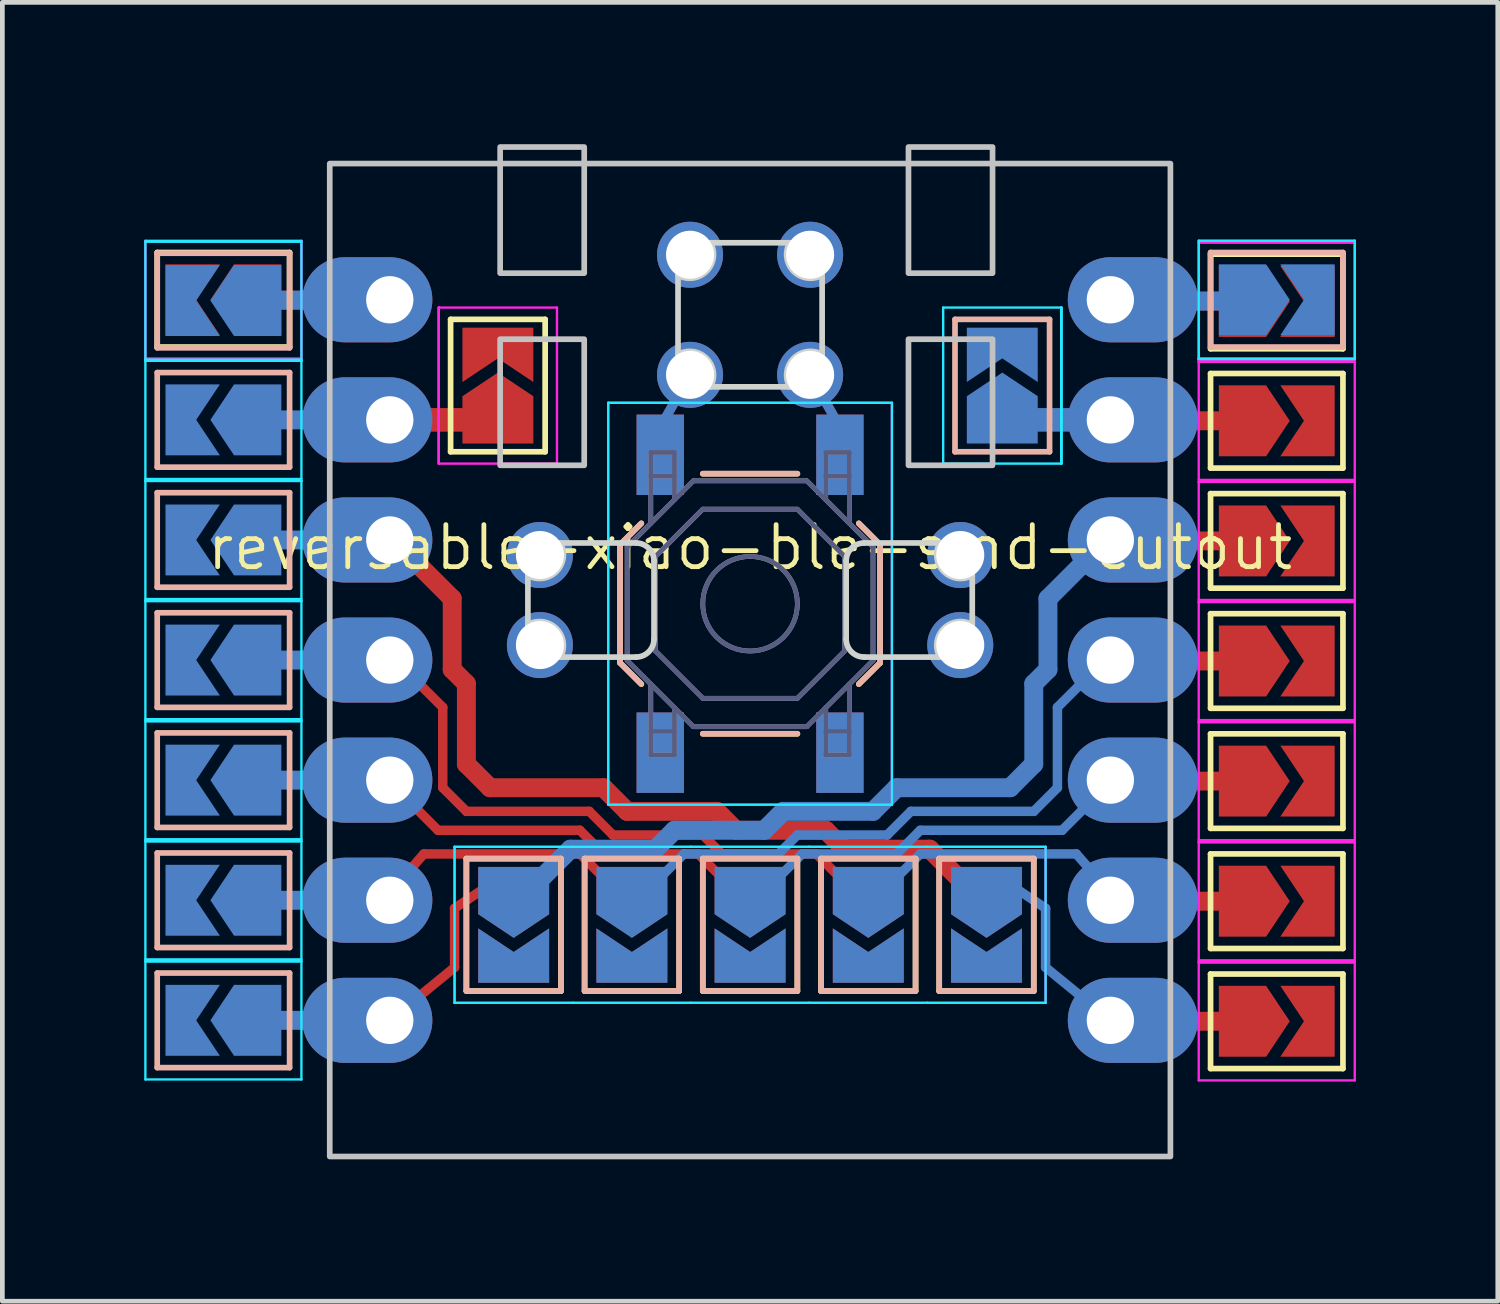
<source format=kicad_pcb>
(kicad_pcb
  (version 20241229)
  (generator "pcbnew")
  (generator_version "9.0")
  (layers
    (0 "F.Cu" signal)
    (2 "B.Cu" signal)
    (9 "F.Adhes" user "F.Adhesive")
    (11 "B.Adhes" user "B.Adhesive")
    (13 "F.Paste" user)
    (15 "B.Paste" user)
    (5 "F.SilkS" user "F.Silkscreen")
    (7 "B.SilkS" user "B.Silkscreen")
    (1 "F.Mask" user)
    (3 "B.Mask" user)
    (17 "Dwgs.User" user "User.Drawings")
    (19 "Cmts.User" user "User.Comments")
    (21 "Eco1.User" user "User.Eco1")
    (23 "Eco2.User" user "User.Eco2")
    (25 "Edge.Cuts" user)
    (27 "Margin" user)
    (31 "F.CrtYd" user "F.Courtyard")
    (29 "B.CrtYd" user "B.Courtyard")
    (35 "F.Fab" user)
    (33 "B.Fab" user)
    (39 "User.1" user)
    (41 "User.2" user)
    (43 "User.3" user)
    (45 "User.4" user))
  (footprint "reversable-xiao-ble-smd-cutout"
    (layer "F.Cu")
    (at 12.814 10.91)
    (property "Reference" "reversable-xiao-ble-smd-cutout" (at 0 -2.381 0) (layer "F.SilkS") (effects (font (size 0.889 0.889) (thickness 0.102))))
    (attr smd exclude_from_pos_files)
    (fp_line (start -8.89 -7.604) (end -10.414 -7.62) (stroke (width 0.4) (type default)) (layer "F.Cu"))
    (fp_line (start -7.62 -5.08) (end -5.334 -5.08) (stroke (width 0.5) (type default)) (layer "F.Cu"))
    (fp_line (start -7.62 7.62) (end -6.25 6.5) (stroke (width 0.2) (type default)) (layer "F.Cu"))
    (fp_line (start -7.35 2.85) (end -6.6 3.6) (stroke (width 0.2) (type default)) (layer "F.Cu"))
    (fp_line (start -7.25 -2.25) (end -6.3 -1.3) (stroke (width 0.4) (type default)) (layer "F.Cu"))
    (fp_line (start -7.25 0.25) (end -6.5 1) (stroke (width 0.2) (type default)) (layer "F.Cu"))
    (fp_line (start -6.9 4.1) (end -7.25 4.5) (stroke (width 0.2) (type default)) (layer "F.Cu"))
    (fp_line (start -6.9 4.1) (end -3.6 4.1) (stroke (width 0.2) (type default)) (layer "F.Cu"))
    (fp_line (start -6.6 3.6) (end -3.6 3.6) (stroke (width 0.2) (type default)) (layer "F.Cu"))
    (fp_line (start -6.5 1) (end -6.5 2.7) (stroke (width 0.2) (type default)) (layer "F.Cu"))
    (fp_line (start -6.5 2.7) (end -6 3.2) (stroke (width 0.2) (type default)) (layer "F.Cu"))
    (fp_line (start -6.3 -1.3) (end -6.3 0.2) (stroke (width 0.4) (type default)) (layer "F.Cu"))
    (fp_line (start -6.3 0.2) (end -6 0.5) (stroke (width 0.4) (type default)) (layer "F.Cu"))
    (fp_line (start -6.25 5.25) (end -5.5 4.75) (stroke (width 0.2) (type default)) (layer "F.Cu"))
    (fp_line (start -6.25 6.5) (end -6.25 5.25) (stroke (width 0.2) (type default)) (layer "F.Cu"))
    (fp_line (start -6 0.5) (end -6 2.2) (stroke (width 0.4) (type default)) (layer "F.Cu"))
    (fp_line (start -6 2.2) (end -5.5 2.7) (stroke (width 0.4) (type default)) (layer "F.Cu"))
    (fp_line (start -6 3.2) (end -3.4 3.2) (stroke (width 0.2) (type default)) (layer "F.Cu"))
    (fp_line (start -5.5 2.7) (end -3.1 2.7) (stroke (width 0.4) (type default)) (layer "F.Cu"))
    (fp_line (start -3.6 3.6) (end -3.1 4.1) (stroke (width 0.2) (type default)) (layer "F.Cu"))
    (fp_line (start -3.6 4.1) (end -2.85 4.85) (stroke (width 0.2) (type default)) (layer "F.Cu"))
    (fp_line (start -3.4 3.2) (end -2.9 3.7) (stroke (width 0.2) (type default)) (layer "F.Cu"))
    (fp_line (start -3.1 2.7) (end -2.6 3.2) (stroke (width 0.4) (type default)) (layer "F.Cu"))
    (fp_line (start -3.1 4.1) (end -1.1 4.1) (stroke (width 0.2) (type default)) (layer "F.Cu"))
    (fp_line (start -2.9 3.7) (end -1 3.7) (stroke (width 0.2) (type default)) (layer "F.Cu"))
    (fp_line (start -2.6 3.2) (end -0.7 3.2) (stroke (width 0.4) (type default)) (layer "F.Cu"))
    (fp_line (start -2 -4.75) (end -1.27 -6.032) (stroke (width 0.2) (type default)) (layer "F.Cu"))
    (fp_line (start -1.1 4.1) (end -0.35 4.85) (stroke (width 0.2) (type default)) (layer "F.Cu"))
    (fp_line (start -1 3.7) (end -0.6 4.1) (stroke (width 0.2) (type default)) (layer "F.Cu"))
    (fp_line (start -0.7 3.2) (end -0.3 3.6) (stroke (width 0.4) (type default)) (layer "F.Cu"))
    (fp_line (start -0.6 4.1) (end 1.4 4.1) (stroke (width 0.2) (type default)) (layer "F.Cu"))
    (fp_line (start -0.3 3.6) (end 1.6 3.6) (stroke (width 0.4) (type default)) (layer "F.Cu"))
    (fp_line (start 1.4 4.1) (end 2.15 4.85) (stroke (width 0.2) (type default)) (layer "F.Cu"))
    (fp_line (start 1.6 3.6) (end 2 4) (stroke (width 0.4) (type default)) (layer "F.Cu"))
    (fp_line (start 2 -4.75) (end 1.27 -6.032) (stroke (width 0.2) (type default)) (layer "F.Cu"))
    (fp_line (start 2 4) (end 3.8 4) (stroke (width 0.4) (type default)) (layer "F.Cu"))
    (fp_line (start 3.8 4) (end 4.65 4.85) (stroke (width 0.4) (type default)) (layer "F.Cu"))
    (fp_line (start 10.414 -7.584) (end 8.89 -7.6) (stroke (width 0.4) (type default)) (layer "F.Cu"))
    (fp_line (start 10.414 -5.06) (end 8.89 -5.06) (stroke (width 0.4) (type default)) (layer "F.Cu"))
    (fp_line (start 10.414 -2.52) (end 8.89 -2.52) (stroke (width 0.4) (type default)) (layer "F.Cu"))
    (fp_line (start 10.414 0.02) (end 8.89 0.02) (stroke (width 0.4) (type default)) (layer "F.Cu"))
    (fp_line (start 10.414 2.56) (end 8.89 2.56) (stroke (width 0.4) (type default)) (layer "F.Cu"))
    (fp_line (start 10.414 5.1) (end 8.89 5.1) (stroke (width 0.4) (type default)) (layer "F.Cu"))
    (fp_line (start 10.414 7.64) (end 8.89 7.64) (stroke (width 0.4) (type default)) (layer "F.Cu"))
    (fp_line (start -10.414 -7.604) (end -8.89 -7.62) (stroke (width 0.4) (type default)) (layer "B.Cu"))
    (fp_line (start -10.414 -5.08) (end -8.89 -5.08) (stroke (width 0.4) (type default)) (layer "B.Cu"))
    (fp_line (start -10.414 -2.54) (end -8.89 -2.54) (stroke (width 0.4) (type default)) (layer "B.Cu"))
    (fp_line (start -10.414 0) (end -8.89 0) (stroke (width 0.4) (type default)) (layer "B.Cu"))
    (fp_line (start -10.414 2.54) (end -8.89 2.54) (stroke (width 0.4) (type default)) (layer "B.Cu"))
    (fp_line (start -10.414 5.08) (end -8.89 5.08) (stroke (width 0.4) (type default)) (layer "B.Cu"))
    (fp_line (start -10.414 7.62) (end -8.89 7.62) (stroke (width 0.4) (type default)) (layer "B.Cu"))
    (fp_line (start -3.8 4) (end -4.65 4.85) (stroke (width 0.4) (type default)) (layer "B.Cu"))
    (fp_line (start -2 -4.75) (end -1.27 -6.032) (stroke (width 0.2) (type default)) (layer "B.Cu"))
    (fp_line (start -2 4) (end -3.8 4) (stroke (width 0.4) (type default)) (layer "B.Cu"))
    (fp_line (start -1.6 3.6) (end -2 4) (stroke (width 0.4) (type default)) (layer "B.Cu"))
    (fp_line (start -1.4 4.1) (end -2.15 4.85) (stroke (width 0.2) (type default)) (layer "B.Cu"))
    (fp_line (start 0.3 3.6) (end -1.6 3.6) (stroke (width 0.4) (type default)) (layer "B.Cu"))
    (fp_line (start 0.6 4.1) (end -1.4 4.1) (stroke (width 0.2) (type default)) (layer "B.Cu"))
    (fp_line (start 0.7 3.2) (end 0.3 3.6) (stroke (width 0.4) (type default)) (layer "B.Cu"))
    (fp_line (start 1 3.7) (end 0.6 4.1) (stroke (width 0.2) (type default)) (layer "B.Cu"))
    (fp_line (start 1.1 4.1) (end 0.35 4.85) (stroke (width 0.2) (type default)) (layer "B.Cu"))
    (fp_line (start 2 -4.75) (end 1.27 -6.032) (stroke (width 0.2) (type default)) (layer "B.Cu"))
    (fp_line (start 2.6 3.2) (end 0.7 3.2) (stroke (width 0.4) (type default)) (layer "B.Cu"))
    (fp_line (start 2.9 3.7) (end 1 3.7) (stroke (width 0.2) (type default)) (layer "B.Cu"))
    (fp_line (start 3.1 2.7) (end 2.6 3.2) (stroke (width 0.4) (type default)) (layer "B.Cu"))
    (fp_line (start 3.1 4.1) (end 1.1 4.1) (stroke (width 0.2) (type default)) (layer "B.Cu"))
    (fp_line (start 3.4 3.2) (end 2.9 3.7) (stroke (width 0.2) (type default)) (layer "B.Cu"))
    (fp_line (start 3.6 3.6) (end 3.1 4.1) (stroke (width 0.2) (type default)) (layer "B.Cu"))
    (fp_line (start 3.6 4.1) (end 2.85 4.85) (stroke (width 0.2) (type default)) (layer "B.Cu"))
    (fp_line (start 5.334 -5.08) (end 7.62 -5.08) (stroke (width 0.5) (type default)) (layer "B.Cu"))
    (fp_line (start 5.5 2.7) (end 3.1 2.7) (stroke (width 0.4) (type default)) (layer "B.Cu"))
    (fp_line (start 6 0.5) (end 6 2.2) (stroke (width 0.4) (type default)) (layer "B.Cu"))
    (fp_line (start 6 2.2) (end 5.5 2.7) (stroke (width 0.4) (type default)) (layer "B.Cu"))
    (fp_line (start 6 3.2) (end 3.4 3.2) (stroke (width 0.2) (type default)) (layer "B.Cu"))
    (fp_line (start 6.25 5.25) (end 5.5 4.75) (stroke (width 0.2) (type default)) (layer "B.Cu"))
    (fp_line (start 6.25 6.5) (end 6.25 5.25) (stroke (width 0.2) (type default)) (layer "B.Cu"))
    (fp_line (start 6.3 -1.3) (end 6.3 0.2) (stroke (width 0.4) (type default)) (layer "B.Cu"))
    (fp_line (start 6.3 0.2) (end 6 0.5) (stroke (width 0.4) (type default)) (layer "B.Cu"))
    (fp_line (start 6.5 1) (end 6.5 2.7) (stroke (width 0.2) (type default)) (layer "B.Cu"))
    (fp_line (start 6.5 2.7) (end 6 3.2) (stroke (width 0.2) (type default)) (layer "B.Cu"))
    (fp_line (start 6.6 3.6) (end 3.6 3.6) (stroke (width 0.2) (type default)) (layer "B.Cu"))
    (fp_line (start 6.9 4.1) (end 3.6 4.1) (stroke (width 0.2) (type default)) (layer "B.Cu"))
    (fp_line (start 6.9 4.1) (end 7.25 4.5) (stroke (width 0.2) (type default)) (layer "B.Cu"))
    (fp_line (start 7.25 -2.25) (end 6.3 -1.3) (stroke (width 0.4) (type default)) (layer "B.Cu"))
    (fp_line (start 7.25 0.25) (end 6.5 1) (stroke (width 0.2) (type default)) (layer "B.Cu"))
    (fp_line (start 7.35 2.85) (end 6.6 3.6) (stroke (width 0.2) (type default)) (layer "B.Cu"))
    (fp_line (start 7.62 7.62) (end 6.25 6.5) (stroke (width 0.2) (type default)) (layer "B.Cu"))
    (fp_line (start 8.89 -7.584) (end 10.414 -7.6) (stroke (width 0.4) (type default)) (layer "B.Cu"))
    (fp_line (start -12.539 -8.62) (end -9.739 -8.62) (stroke (width 0.12) (type solid)) (layer "F.SilkS"))
    (fp_line (start -12.539 -6.62) (end -12.539 -8.62) (stroke (width 0.12) (type solid)) (layer "F.SilkS"))
    (fp_line (start -9.739 -8.62) (end -9.739 -6.62) (stroke (width 0.12) (type solid)) (layer "F.SilkS"))
    (fp_line (start -9.739 -6.62) (end -12.539 -6.62) (stroke (width 0.12) (type solid)) (layer "F.SilkS"))
    (fp_line (start -6.334 -7.205) (end -4.334 -7.205) (stroke (width 0.12) (type solid)) (layer "F.SilkS"))
    (fp_line (start -6.334 -4.405) (end -6.334 -7.205) (stroke (width 0.12) (type solid)) (layer "F.SilkS"))
    (fp_line (start -6 4.2) (end -4 4.2) (stroke (width 0.12) (type solid)) (layer "F.SilkS"))
    (fp_line (start -6 7) (end -6 4.2) (stroke (width 0.12) (type solid)) (layer "F.SilkS"))
    (fp_line (start -4.334 -7.205) (end -4.334 -4.405) (stroke (width 0.12) (type solid)) (layer "F.SilkS"))
    (fp_line (start -4.334 -4.405) (end -6.334 -4.405) (stroke (width 0.12) (type solid)) (layer "F.SilkS"))
    (fp_line (start -4 4.2) (end -4 7) (stroke (width 0.12) (type solid)) (layer "F.SilkS"))
    (fp_line (start -4 7) (end -6 7) (stroke (width 0.12) (type solid)) (layer "F.SilkS"))
    (fp_line (start -3.5 4.2) (end -1.5 4.2) (stroke (width 0.12) (type solid)) (layer "F.SilkS"))
    (fp_line (start -3.5 7) (end -3.5 4.2) (stroke (width 0.12) (type solid)) (layer "F.SilkS"))
    (fp_line (start -2.75 0.059) (end -2.75 -2.441) (stroke (width 0.12) (type solid)) (layer "F.SilkS"))
    (fp_line (start -2.3 -2.891) (end -2.75 -2.441) (stroke (width 0.12) (type solid)) (layer "F.SilkS"))
    (fp_line (start -2.3 0.509) (end -2.75 0.059) (stroke (width 0.12) (type solid)) (layer "F.SilkS"))
    (fp_line (start -1.5 4.2) (end -1.5 7) (stroke (width 0.12) (type solid)) (layer "F.SilkS"))
    (fp_line (start -1.5 7) (end -3.5 7) (stroke (width 0.12) (type solid)) (layer "F.SilkS"))
    (fp_line (start -1 -3.941) (end 1 -3.941) (stroke (width 0.12) (type solid)) (layer "F.SilkS"))
    (fp_line (start -1 1.559) (end 1 1.559) (stroke (width 0.12) (type solid)) (layer "F.SilkS"))
    (fp_line (start -1 4.2) (end 1 4.2) (stroke (width 0.12) (type solid)) (layer "F.SilkS"))
    (fp_line (start -1 7) (end -1 4.2) (stroke (width 0.12) (type solid)) (layer "F.SilkS"))
    (fp_line (start 1 4.2) (end 1 7) (stroke (width 0.12) (type solid)) (layer "F.SilkS"))
    (fp_line (start 1 7) (end -1 7) (stroke (width 0.12) (type solid)) (layer "F.SilkS"))
    (fp_line (start 1.5 4.2) (end 3.5 4.2) (stroke (width 0.12) (type solid)) (layer "F.SilkS"))
    (fp_line (start 1.5 7) (end 1.5 4.2) (stroke (width 0.12) (type solid)) (layer "F.SilkS"))
    (fp_line (start 2.3 -2.891) (end 2.75 -2.441) (stroke (width 0.12) (type solid)) (layer "F.SilkS"))
    (fp_line (start 2.3 0.509) (end 2.75 0.059) (stroke (width 0.12) (type solid)) (layer "F.SilkS"))
    (fp_line (start 2.75 0.059) (end 2.75 -2.441) (stroke (width 0.12) (type solid)) (layer "F.SilkS"))
    (fp_line (start 3.5 4.2) (end 3.5 7) (stroke (width 0.12) (type solid)) (layer "F.SilkS"))
    (fp_line (start 3.5 7) (end 1.5 7) (stroke (width 0.12) (type solid)) (layer "F.SilkS"))
    (fp_line (start 4 4.2) (end 6 4.2) (stroke (width 0.12) (type solid)) (layer "F.SilkS"))
    (fp_line (start 4 7) (end 4 4.2) (stroke (width 0.12) (type solid)) (layer "F.SilkS"))
    (fp_line (start 6 4.2) (end 6 7) (stroke (width 0.12) (type solid)) (layer "F.SilkS"))
    (fp_line (start 6 7) (end 4 7) (stroke (width 0.12) (type solid)) (layer "F.SilkS"))
    (fp_line (start 9.739 -8.584) (end 12.539 -8.584) (stroke (width 0.12) (type solid)) (layer "F.SilkS"))
    (fp_line (start 9.739 -6.584) (end 9.739 -8.584) (stroke (width 0.12) (type solid)) (layer "F.SilkS"))
    (fp_line (start 9.739 -6.06) (end 12.539 -6.06) (stroke (width 0.12) (type solid)) (layer "F.SilkS"))
    (fp_line (start 9.739 -4.06) (end 9.739 -6.06) (stroke (width 0.12) (type solid)) (layer "F.SilkS"))
    (fp_line (start 9.739 -3.52) (end 12.539 -3.52) (stroke (width 0.12) (type solid)) (layer "F.SilkS"))
    (fp_line (start 9.739 -1.52) (end 9.739 -3.52) (stroke (width 0.12) (type solid)) (layer "F.SilkS"))
    (fp_line (start 9.739 -0.98) (end 12.539 -0.98) (stroke (width 0.12) (type solid)) (layer "F.SilkS"))
    (fp_line (start 9.739 1.02) (end 9.739 -0.98) (stroke (width 0.12) (type solid)) (layer "F.SilkS"))
    (fp_line (start 9.739 1.56) (end 12.539 1.56) (stroke (width 0.12) (type solid)) (layer "F.SilkS"))
    (fp_line (start 9.739 3.56) (end 9.739 1.56) (stroke (width 0.12) (type solid)) (layer "F.SilkS"))
    (fp_line (start 9.739 4.1) (end 12.539 4.1) (stroke (width 0.12) (type solid)) (layer "F.SilkS"))
    (fp_line (start 9.739 6.1) (end 9.739 4.1) (stroke (width 0.12) (type solid)) (layer "F.SilkS"))
    (fp_line (start 9.739 6.64) (end 12.539 6.64) (stroke (width 0.12) (type solid)) (layer "F.SilkS"))
    (fp_line (start 9.739 8.64) (end 9.739 6.64) (stroke (width 0.12) (type solid)) (layer "F.SilkS"))
    (fp_line (start 12.539 -8.584) (end 12.539 -6.584) (stroke (width 0.12) (type solid)) (layer "F.SilkS"))
    (fp_line (start 12.539 -6.584) (end 9.739 -6.584) (stroke (width 0.12) (type solid)) (layer "F.SilkS"))
    (fp_line (start 12.539 -6.06) (end 12.539 -4.06) (stroke (width 0.12) (type solid)) (layer "F.SilkS"))
    (fp_line (start 12.539 -4.06) (end 9.739 -4.06) (stroke (width 0.12) (type solid)) (layer "F.SilkS"))
    (fp_line (start 12.539 -3.52) (end 12.539 -1.52) (stroke (width 0.12) (type solid)) (layer "F.SilkS"))
    (fp_line (start 12.539 -1.52) (end 9.739 -1.52) (stroke (width 0.12) (type solid)) (layer "F.SilkS"))
    (fp_line (start 12.539 -0.98) (end 12.539 1.02) (stroke (width 0.12) (type solid)) (layer "F.SilkS"))
    (fp_line (start 12.539 1.02) (end 9.739 1.02) (stroke (width 0.12) (type solid)) (layer "F.SilkS"))
    (fp_line (start 12.539 1.56) (end 12.539 3.56) (stroke (width 0.12) (type solid)) (layer "F.SilkS"))
    (fp_line (start 12.539 3.56) (end 9.739 3.56) (stroke (width 0.12) (type solid)) (layer "F.SilkS"))
    (fp_line (start 12.539 4.1) (end 12.539 6.1) (stroke (width 0.12) (type solid)) (layer "F.SilkS"))
    (fp_line (start 12.539 6.1) (end 9.739 6.1) (stroke (width 0.12) (type solid)) (layer "F.SilkS"))
    (fp_line (start 12.539 6.64) (end 12.539 8.64) (stroke (width 0.12) (type solid)) (layer "F.SilkS"))
    (fp_line (start 12.539 8.64) (end 9.739 8.64) (stroke (width 0.12) (type solid)) (layer "F.SilkS"))
    (fp_line (start -12.539 -8.604) (end -12.539 -6.604) (stroke (width 0.12) (type solid)) (layer "B.SilkS"))
    (fp_line (start -12.539 -6.604) (end -9.739 -6.604) (stroke (width 0.12) (type solid)) (layer "B.SilkS"))
    (fp_line (start -12.539 -6.08) (end -12.539 -4.08) (stroke (width 0.12) (type solid)) (layer "B.SilkS"))
    (fp_line (start -12.539 -4.08) (end -9.739 -4.08) (stroke (width 0.12) (type solid)) (layer "B.SilkS"))
    (fp_line (start -12.539 -3.54) (end -12.539 -1.54) (stroke (width 0.12) (type solid)) (layer "B.SilkS"))
    (fp_line (start -12.539 -1.54) (end -9.739 -1.54) (stroke (width 0.12) (type solid)) (layer "B.SilkS"))
    (fp_line (start -12.539 -1) (end -12.539 1) (stroke (width 0.12) (type solid)) (layer "B.SilkS"))
    (fp_line (start -12.539 1) (end -9.739 1) (stroke (width 0.12) (type solid)) (layer "B.SilkS"))
    (fp_line (start -12.539 1.54) (end -12.539 3.54) (stroke (width 0.12) (type solid)) (layer "B.SilkS"))
    (fp_line (start -12.539 3.54) (end -9.739 3.54) (stroke (width 0.12) (type solid)) (layer "B.SilkS"))
    (fp_line (start -12.539 4.08) (end -12.539 6.08) (stroke (width 0.12) (type solid)) (layer "B.SilkS"))
    (fp_line (start -12.539 6.08) (end -9.739 6.08) (stroke (width 0.12) (type solid)) (layer "B.SilkS"))
    (fp_line (start -12.539 6.62) (end -12.539 8.62) (stroke (width 0.12) (type solid)) (layer "B.SilkS"))
    (fp_line (start -12.539 8.62) (end -9.739 8.62) (stroke (width 0.12) (type solid)) (layer "B.SilkS"))
    (fp_line (start -9.739 -8.604) (end -12.539 -8.604) (stroke (width 0.12) (type solid)) (layer "B.SilkS"))
    (fp_line (start -9.739 -6.604) (end -9.739 -8.604) (stroke (width 0.12) (type solid)) (layer "B.SilkS"))
    (fp_line (start -9.739 -6.08) (end -12.539 -6.08) (stroke (width 0.12) (type solid)) (layer "B.SilkS"))
    (fp_line (start -9.739 -4.08) (end -9.739 -6.08) (stroke (width 0.12) (type solid)) (layer "B.SilkS"))
    (fp_line (start -9.739 -3.54) (end -12.539 -3.54) (stroke (width 0.12) (type solid)) (layer "B.SilkS"))
    (fp_line (start -9.739 -1.54) (end -9.739 -3.54) (stroke (width 0.12) (type solid)) (layer "B.SilkS"))
    (fp_line (start -9.739 -1) (end -12.539 -1) (stroke (width 0.12) (type solid)) (layer "B.SilkS"))
    (fp_line (start -9.739 1) (end -9.739 -1) (stroke (width 0.12) (type solid)) (layer "B.SilkS"))
    (fp_line (start -9.739 1.54) (end -12.539 1.54) (stroke (width 0.12) (type solid)) (layer "B.SilkS"))
    (fp_line (start -9.739 3.54) (end -9.739 1.54) (stroke (width 0.12) (type solid)) (layer "B.SilkS"))
    (fp_line (start -9.739 4.08) (end -12.539 4.08) (stroke (width 0.12) (type solid)) (layer "B.SilkS"))
    (fp_line (start -9.739 6.08) (end -9.739 4.08) (stroke (width 0.12) (type solid)) (layer "B.SilkS"))
    (fp_line (start -9.739 6.62) (end -12.539 6.62) (stroke (width 0.12) (type solid)) (layer "B.SilkS"))
    (fp_line (start -9.739 8.62) (end -9.739 6.62) (stroke (width 0.12) (type solid)) (layer "B.SilkS"))
    (fp_line (start -6 4.2) (end -6 7) (stroke (width 0.12) (type solid)) (layer "B.SilkS"))
    (fp_line (start -6 7) (end -4 7) (stroke (width 0.12) (type solid)) (layer "B.SilkS"))
    (fp_line (start -4 4.2) (end -6 4.2) (stroke (width 0.12) (type solid)) (layer "B.SilkS"))
    (fp_line (start -4 7) (end -4 4.2) (stroke (width 0.12) (type solid)) (layer "B.SilkS"))
    (fp_line (start -3.5 4.2) (end -3.5 7) (stroke (width 0.12) (type solid)) (layer "B.SilkS"))
    (fp_line (start -3.5 7) (end -1.5 7) (stroke (width 0.12) (type solid)) (layer "B.SilkS"))
    (fp_line (start -2.75 0.059) (end -2.75 -2.441) (stroke (width 0.12) (type solid)) (layer "B.SilkS"))
    (fp_line (start -2.3 -2.891) (end -2.75 -2.441) (stroke (width 0.12) (type solid)) (layer "B.SilkS"))
    (fp_line (start -2.3 0.509) (end -2.75 0.059) (stroke (width 0.12) (type solid)) (layer "B.SilkS"))
    (fp_line (start -1.5 4.2) (end -3.5 4.2) (stroke (width 0.12) (type solid)) (layer "B.SilkS"))
    (fp_line (start -1.5 7) (end -1.5 4.2) (stroke (width 0.12) (type solid)) (layer "B.SilkS"))
    (fp_line (start -1 4.2) (end -1 7) (stroke (width 0.12) (type solid)) (layer "B.SilkS"))
    (fp_line (start -1 7) (end 1 7) (stroke (width 0.12) (type solid)) (layer "B.SilkS"))
    (fp_line (start 1 -3.941) (end -1 -3.941) (stroke (width 0.12) (type solid)) (layer "B.SilkS"))
    (fp_line (start 1 1.559) (end -1 1.559) (stroke (width 0.12) (type solid)) (layer "B.SilkS"))
    (fp_line (start 1 4.2) (end -1 4.2) (stroke (width 0.12) (type solid)) (layer "B.SilkS"))
    (fp_line (start 1 7) (end 1 4.2) (stroke (width 0.12) (type solid)) (layer "B.SilkS"))
    (fp_line (start 1.5 4.2) (end 1.5 7) (stroke (width 0.12) (type solid)) (layer "B.SilkS"))
    (fp_line (start 1.5 7) (end 3.5 7) (stroke (width 0.12) (type solid)) (layer "B.SilkS"))
    (fp_line (start 2.3 -2.891) (end 2.75 -2.441) (stroke (width 0.12) (type solid)) (layer "B.SilkS"))
    (fp_line (start 2.3 0.509) (end 2.75 0.059) (stroke (width 0.12) (type solid)) (layer "B.SilkS"))
    (fp_line (start 2.75 0.059) (end 2.75 -2.441) (stroke (width 0.12) (type solid)) (layer "B.SilkS"))
    (fp_line (start 3.5 4.2) (end 1.5 4.2) (stroke (width 0.12) (type solid)) (layer "B.SilkS"))
    (fp_line (start 3.5 7) (end 3.5 4.2) (stroke (width 0.12) (type solid)) (layer "B.SilkS"))
    (fp_line (start 4 4.2) (end 4 7) (stroke (width 0.12) (type solid)) (layer "B.SilkS"))
    (fp_line (start 4 7) (end 6 7) (stroke (width 0.12) (type solid)) (layer "B.SilkS"))
    (fp_line (start 4.334 -7.205) (end 4.334 -4.405) (stroke (width 0.12) (type solid)) (layer "B.SilkS"))
    (fp_line (start 4.334 -4.405) (end 6.334 -4.405) (stroke (width 0.12) (type solid)) (layer "B.SilkS"))
    (fp_line (start 6 4.2) (end 4 4.2) (stroke (width 0.12) (type solid)) (layer "B.SilkS"))
    (fp_line (start 6 7) (end 6 4.2) (stroke (width 0.12) (type solid)) (layer "B.SilkS"))
    (fp_line (start 6.334 -7.205) (end 4.334 -7.205) (stroke (width 0.12) (type solid)) (layer "B.SilkS"))
    (fp_line (start 6.334 -4.405) (end 6.334 -7.205) (stroke (width 0.12) (type solid)) (layer "B.SilkS"))
    (fp_line (start 9.739 -8.62) (end 9.739 -6.62) (stroke (width 0.12) (type solid)) (layer "B.SilkS"))
    (fp_line (start 9.739 -6.62) (end 12.539 -6.62) (stroke (width 0.12) (type solid)) (layer "B.SilkS"))
    (fp_line (start 12.539 -8.62) (end 9.739 -8.62) (stroke (width 0.12) (type solid)) (layer "B.SilkS"))
    (fp_line (start 12.539 -6.62) (end 12.539 -8.62) (stroke (width 0.12) (type solid)) (layer "B.SilkS"))
    (fp_rect (start -8.89 10.5) (end 8.89 -10.5) (stroke (width 0.12) (type solid)) (fill no) (layer "Dwgs.User"))
    (fp_rect (start -5.286 -6.786) (end -3.508 -4.119) (stroke (width 0.12) (type solid)) (fill no) (layer "Dwgs.User"))
    (fp_rect (start -3.508 -8.183) (end -5.286 -10.85) (stroke (width 0.12) (type solid)) (fill no) (layer "Dwgs.User"))
    (fp_rect (start 3.35 -10.85) (end 5.128 -8.183) (stroke (width 0.12) (type solid)) (fill no) (layer "Dwgs.User"))
    (fp_rect (start 3.35 -6.786) (end 5.128 -4.119) (stroke (width 0.12) (type solid)) (fill no) (layer "Dwgs.User"))
    (fp_line (start -4.699 -0.749) (end -4.699 -1.79) (stroke (width 0.12) (type solid)) (layer "Edge.Cuts"))
    (fp_line (start -4.013 -2.476) (end -2.413 -2.476) (stroke (width 0.12) (type solid)) (layer "Edge.Cuts"))
    (fp_line (start -2.413 -0.063) (end -4.013 -0.063) (stroke (width 0.12) (type solid)) (layer "Edge.Cuts"))
    (fp_line (start -2.032 -2.095) (end -2.032 -0.444) (stroke (width 0.12) (type solid)) (layer "Edge.Cuts"))
    (fp_line (start -1.524 -6.464) (end -1.524 -8.14) (stroke (width 0.12) (type solid)) (layer "Edge.Cuts"))
    (fp_line (start -0.838 -8.826) (end 0.838 -8.826) (stroke (width 0.12) (type solid)) (layer "Edge.Cuts"))
    (fp_line (start -0.838 -5.778) (end 0.838 -5.778) (stroke (width 0.12) (type solid)) (layer "Edge.Cuts"))
    (fp_line (start 1.524 -6.464) (end 1.524 -8.14) (stroke (width 0.12) (type solid)) (layer "Edge.Cuts"))
    (fp_line (start 2.032 -2.095) (end 2.032 -0.444) (stroke (width 0.12) (type solid)) (layer "Edge.Cuts"))
    (fp_line (start 2.413 -0.063) (end 4.013 -0.063) (stroke (width 0.12) (type solid)) (layer "Edge.Cuts"))
    (fp_line (start 4.013 -2.476) (end 2.413 -2.476) (stroke (width 0.12) (type solid)) (layer "Edge.Cuts"))
    (fp_line (start 4.699 -0.749) (end 4.699 -1.79) (stroke (width 0.12) (type solid)) (layer "Edge.Cuts"))
    (fp_arc (start -4.699 -0.7488) (mid -4.095391 -0.666609) (end -4.0132 -0.063) (stroke (width 0.12) (type solid)) (layer "Edge.Cuts"))
    (fp_arc (start -4.0132 -2.476) (mid -4.095391 -1.872391) (end -4.699 -1.7902) (stroke (width 0.12) (type solid)) (layer "Edge.Cuts"))
    (fp_arc (start -2.413 -2.476) (mid -2.143592 -2.364408) (end -2.032 -2.095) (stroke (width 0.12) (type solid)) (layer "Edge.Cuts"))
    (fp_arc (start -2.032 -0.444) (mid -2.143592 -0.174592) (end -2.413 -0.063) (stroke (width 0.12) (type solid)) (layer "Edge.Cuts"))
    (fp_arc (start -1.524 -6.4638) (mid -0.920391 -6.381609) (end -0.8382 -5.778) (stroke (width 0.12) (type solid)) (layer "Edge.Cuts"))
    (fp_arc (start -0.8382 -8.826) (mid -0.920391 -8.222391) (end -1.524 -8.1402) (stroke (width 0.12) (type solid)) (layer "Edge.Cuts"))
    (fp_arc (start 0.8382 -5.778) (mid 0.920391 -6.381609) (end 1.524 -6.4638) (stroke (width 0.12) (type solid)) (layer "Edge.Cuts"))
    (fp_arc (start 1.524 -8.1402) (mid 0.920391 -8.222391) (end 0.8382 -8.826) (stroke (width 0.12) (type solid)) (layer "Edge.Cuts"))
    (fp_arc (start 2.032 -2.095) (mid 2.143592 -2.364408) (end 2.413 -2.476) (stroke (width 0.12) (type solid)) (layer "Edge.Cuts"))
    (fp_arc (start 2.413 -0.063) (mid 2.143592 -0.174592) (end 2.032 -0.444) (stroke (width 0.12) (type solid)) (layer "Edge.Cuts"))
    (fp_arc (start 4.0132 -0.063) (mid 4.095391 -0.666609) (end 4.699 -0.7488) (stroke (width 0.12) (type solid)) (layer "Edge.Cuts"))
    (fp_arc (start 4.699 -1.7902) (mid 4.095391 -1.872391) (end 4.0132 -2.476) (stroke (width 0.12) (type solid)) (layer "Edge.Cuts"))
    (fp_line (start -12.789 -8.854) (end -9.489 -8.854) (stroke (width 0.05) (type solid)) (layer "B.CrtYd"))
    (fp_line (start -12.789 -8.854) (end -9.489 -8.854) (stroke (width 0.05) (type solid)) (layer "B.CrtYd"))
    (fp_line (start -12.789 -6.354) (end -12.789 -8.854) (stroke (width 0.05) (type solid)) (layer "B.CrtYd"))
    (fp_line (start -12.789 -6.354) (end -9.489 -6.354) (stroke (width 0.05) (type solid)) (layer "B.CrtYd"))
    (fp_line (start -12.789 -6.33) (end -9.489 -6.33) (stroke (width 0.05) (type solid)) (layer "B.CrtYd"))
    (fp_line (start -12.789 -6.33) (end -9.489 -6.33) (stroke (width 0.05) (type solid)) (layer "B.CrtYd"))
    (fp_line (start -12.789 -3.83) (end -12.789 -6.33) (stroke (width 0.05) (type solid)) (layer "B.CrtYd"))
    (fp_line (start -12.789 -3.83) (end -9.489 -3.83) (stroke (width 0.05) (type solid)) (layer "B.CrtYd"))
    (fp_line (start -12.789 -3.79) (end -9.489 -3.79) (stroke (width 0.05) (type solid)) (layer "B.CrtYd"))
    (fp_line (start -12.789 -3.79) (end -9.489 -3.79) (stroke (width 0.05) (type solid)) (layer "B.CrtYd"))
    (fp_line (start -12.789 -1.29) (end -12.789 -3.79) (stroke (width 0.05) (type solid)) (layer "B.CrtYd"))
    (fp_line (start -12.789 -1.29) (end -9.489 -1.29) (stroke (width 0.05) (type solid)) (layer "B.CrtYd"))
    (fp_line (start -12.789 -1.25) (end -9.489 -1.25) (stroke (width 0.05) (type solid)) (layer "B.CrtYd"))
    (fp_line (start -12.789 -1.25) (end -9.489 -1.25) (stroke (width 0.05) (type solid)) (layer "B.CrtYd"))
    (fp_line (start -12.789 1.25) (end -12.789 -1.25) (stroke (width 0.05) (type solid)) (layer "B.CrtYd"))
    (fp_line (start -12.789 1.25) (end -9.489 1.25) (stroke (width 0.05) (type solid)) (layer "B.CrtYd"))
    (fp_line (start -12.789 1.29) (end -9.489 1.29) (stroke (width 0.05) (type solid)) (layer "B.CrtYd"))
    (fp_line (start -12.789 1.29) (end -9.489 1.29) (stroke (width 0.05) (type solid)) (layer "B.CrtYd"))
    (fp_line (start -12.789 3.79) (end -12.789 1.29) (stroke (width 0.05) (type solid)) (layer "B.CrtYd"))
    (fp_line (start -12.789 3.79) (end -9.489 3.79) (stroke (width 0.05) (type solid)) (layer "B.CrtYd"))
    (fp_line (start -12.789 3.83) (end -9.489 3.83) (stroke (width 0.05) (type solid)) (layer "B.CrtYd"))
    (fp_line (start -12.789 3.83) (end -9.489 3.83) (stroke (width 0.05) (type solid)) (layer "B.CrtYd"))
    (fp_line (start -12.789 6.33) (end -12.789 3.83) (stroke (width 0.05) (type solid)) (layer "B.CrtYd"))
    (fp_line (start -12.789 6.33) (end -9.489 6.33) (stroke (width 0.05) (type solid)) (layer "B.CrtYd"))
    (fp_line (start -12.789 6.37) (end -9.489 6.37) (stroke (width 0.05) (type solid)) (layer "B.CrtYd"))
    (fp_line (start -12.789 6.37) (end -9.489 6.37) (stroke (width 0.05) (type solid)) (layer "B.CrtYd"))
    (fp_line (start -12.789 8.87) (end -12.789 6.37) (stroke (width 0.05) (type solid)) (layer "B.CrtYd"))
    (fp_line (start -12.789 8.87) (end -9.489 8.87) (stroke (width 0.05) (type solid)) (layer "B.CrtYd"))
    (fp_line (start -9.489 -8.854) (end -12.789 -8.854) (stroke (width 0.05) (type solid)) (layer "B.CrtYd"))
    (fp_line (start -9.489 -8.854) (end -9.489 -6.354) (stroke (width 0.05) (type solid)) (layer "B.CrtYd"))
    (fp_line (start -9.489 -6.33) (end -12.789 -6.33) (stroke (width 0.05) (type solid)) (layer "B.CrtYd"))
    (fp_line (start -9.489 -6.33) (end -9.489 -3.83) (stroke (width 0.05) (type solid)) (layer "B.CrtYd"))
    (fp_line (start -9.489 -3.79) (end -12.789 -3.79) (stroke (width 0.05) (type solid)) (layer "B.CrtYd"))
    (fp_line (start -9.489 -3.79) (end -9.489 -1.29) (stroke (width 0.05) (type solid)) (layer "B.CrtYd"))
    (fp_line (start -9.489 -1.25) (end -12.789 -1.25) (stroke (width 0.05) (type solid)) (layer "B.CrtYd"))
    (fp_line (start -9.489 -1.25) (end -9.489 1.25) (stroke (width 0.05) (type solid)) (layer "B.CrtYd"))
    (fp_line (start -9.489 1.29) (end -12.789 1.29) (stroke (width 0.05) (type solid)) (layer "B.CrtYd"))
    (fp_line (start -9.489 1.29) (end -9.489 3.79) (stroke (width 0.05) (type solid)) (layer "B.CrtYd"))
    (fp_line (start -9.489 3.83) (end -12.789 3.83) (stroke (width 0.05) (type solid)) (layer "B.CrtYd"))
    (fp_line (start -9.489 3.83) (end -9.489 6.33) (stroke (width 0.05) (type solid)) (layer "B.CrtYd"))
    (fp_line (start -9.489 6.37) (end -12.789 6.37) (stroke (width 0.05) (type solid)) (layer "B.CrtYd"))
    (fp_line (start -9.489 6.37) (end -9.489 8.87) (stroke (width 0.05) (type solid)) (layer "B.CrtYd"))
    (fp_line (start -6.25 3.95) (end -3.75 3.95) (stroke (width 0.05) (type solid)) (layer "B.CrtYd"))
    (fp_line (start -6.25 7.25) (end -6.25 3.95) (stroke (width 0.05) (type solid)) (layer "B.CrtYd"))
    (fp_line (start -3.75 3.95) (end -1.25 3.95) (stroke (width 0.05) (type solid)) (layer "B.CrtYd"))
    (fp_line (start -3.75 7.25) (end -6.25 7.25) (stroke (width 0.05) (type solid)) (layer "B.CrtYd"))
    (fp_line (start -3 -5.441) (end -3 3.059) (stroke (width 0.05) (type solid)) (layer "B.CrtYd"))
    (fp_line (start -3 3.059) (end 3 3.059) (stroke (width 0.05) (type solid)) (layer "B.CrtYd"))
    (fp_line (start -1.25 3.95) (end 1.25 3.95) (stroke (width 0.05) (type solid)) (layer "B.CrtYd"))
    (fp_line (start -1.25 7.25) (end -3.75 7.25) (stroke (width 0.05) (type solid)) (layer "B.CrtYd"))
    (fp_line (start 1.25 3.95) (end 3.75 3.95) (stroke (width 0.05) (type solid)) (layer "B.CrtYd"))
    (fp_line (start 1.25 7.25) (end -1.25 7.25) (stroke (width 0.05) (type solid)) (layer "B.CrtYd"))
    (fp_line (start 3 -5.441) (end -3 -5.441) (stroke (width 0.05) (type solid)) (layer "B.CrtYd"))
    (fp_line (start 3 3.059) (end 3 -5.441) (stroke (width 0.05) (type solid)) (layer "B.CrtYd"))
    (fp_line (start 3.75 3.95) (end 6.25 3.95) (stroke (width 0.05) (type solid)) (layer "B.CrtYd"))
    (fp_line (start 3.75 7.25) (end 1.25 7.25) (stroke (width 0.05) (type solid)) (layer "B.CrtYd"))
    (fp_line (start 4.084 -7.455) (end 4.084 -4.155) (stroke (width 0.05) (type solid)) (layer "B.CrtYd"))
    (fp_line (start 4.084 -7.455) (end 6.584 -7.455) (stroke (width 0.05) (type solid)) (layer "B.CrtYd"))
    (fp_line (start 6.25 7.25) (end 3.75 7.25) (stroke (width 0.05) (type solid)) (layer "B.CrtYd"))
    (fp_line (start 6.25 7.25) (end 6.25 3.95) (stroke (width 0.05) (type solid)) (layer "B.CrtYd"))
    (fp_line (start 6.584 -7.455) (end 6.584 -4.155) (stroke (width 0.05) (type solid)) (layer "B.CrtYd"))
    (fp_line (start 6.584 -7.455) (end 6.584 -4.155) (stroke (width 0.05) (type solid)) (layer "B.CrtYd"))
    (fp_line (start 6.584 -4.155) (end 4.084 -4.155) (stroke (width 0.05) (type solid)) (layer "B.CrtYd"))
    (fp_line (start 6.584 -4.155) (end 6.584 -7.455) (stroke (width 0.05) (type solid)) (layer "B.CrtYd"))
    (fp_line (start 9.489 -6.37) (end 9.489 -8.87) (stroke (width 0.05) (type solid)) (layer "B.CrtYd"))
    (fp_line (start 9.489 -6.37) (end 12.789 -6.37) (stroke (width 0.05) (type solid)) (layer "B.CrtYd"))
    (fp_line (start 12.789 -8.87) (end 9.489 -8.87) (stroke (width 0.05) (type solid)) (layer "B.CrtYd"))
    (fp_line (start 12.789 -8.87) (end 12.789 -6.37) (stroke (width 0.05) (type solid)) (layer "B.CrtYd"))
    (fp_line (start 12.789 -6.37) (end 9.489 -6.37) (stroke (width 0.05) (type solid)) (layer "B.CrtYd"))
    (fp_line (start 12.789 -6.37) (end 9.489 -6.37) (stroke (width 0.05) (type solid)) (layer "B.CrtYd"))
    (fp_line (start -12.789 -8.87) (end -12.789 -6.37) (stroke (width 0.05) (type solid)) (layer "F.CrtYd"))
    (fp_line (start -12.789 -8.87) (end -9.489 -8.87) (stroke (width 0.05) (type solid)) (layer "F.CrtYd"))
    (fp_line (start -12.789 -6.37) (end -9.489 -6.37) (stroke (width 0.05) (type solid)) (layer "F.CrtYd"))
    (fp_line (start -12.789 -6.37) (end -9.489 -6.37) (stroke (width 0.05) (type solid)) (layer "F.CrtYd"))
    (fp_line (start -9.489 -6.37) (end -12.789 -6.37) (stroke (width 0.05) (type solid)) (layer "F.CrtYd"))
    (fp_line (start -9.489 -6.37) (end -9.489 -8.87) (stroke (width 0.05) (type solid)) (layer "F.CrtYd"))
    (fp_line (start -6.584 -7.455) (end -6.584 -4.155) (stroke (width 0.05) (type solid)) (layer "F.CrtYd"))
    (fp_line (start -6.584 -7.455) (end -6.584 -4.155) (stroke (width 0.05) (type solid)) (layer "F.CrtYd"))
    (fp_line (start -6.584 -4.155) (end -6.584 -7.455) (stroke (width 0.05) (type solid)) (layer "F.CrtYd"))
    (fp_line (start -6.584 -4.155) (end -4.084 -4.155) (stroke (width 0.05) (type solid)) (layer "F.CrtYd"))
    (fp_line (start -6.25 7.25) (end -6.25 3.95) (stroke (width 0.05) (type solid)) (layer "F.CrtYd"))
    (fp_line (start -6.25 7.25) (end -3.75 7.25) (stroke (width 0.05) (type solid)) (layer "F.CrtYd"))
    (fp_line (start -4.084 -7.455) (end -6.584 -7.455) (stroke (width 0.05) (type solid)) (layer "F.CrtYd"))
    (fp_line (start -4.084 -7.455) (end -4.084 -4.155) (stroke (width 0.05) (type solid)) (layer "F.CrtYd"))
    (fp_line (start -3.75 3.95) (end -6.25 3.95) (stroke (width 0.05) (type solid)) (layer "F.CrtYd"))
    (fp_line (start -3.75 7.25) (end -1.25 7.25) (stroke (width 0.05) (type solid)) (layer "F.CrtYd"))
    (fp_line (start -3 -5.441) (end 3 -5.441) (stroke (width 0.05) (type solid)) (layer "F.CrtYd"))
    (fp_line (start -3 3.059) (end -3 -5.441) (stroke (width 0.05) (type solid)) (layer "F.CrtYd"))
    (fp_line (start -1.25 3.95) (end -3.75 3.95) (stroke (width 0.05) (type solid)) (layer "F.CrtYd"))
    (fp_line (start -1.25 7.25) (end 1.25 7.25) (stroke (width 0.05) (type solid)) (layer "F.CrtYd"))
    (fp_line (start 1.25 3.95) (end -1.25 3.95) (stroke (width 0.05) (type solid)) (layer "F.CrtYd"))
    (fp_line (start 1.25 7.25) (end 3.75 7.25) (stroke (width 0.05) (type solid)) (layer "F.CrtYd"))
    (fp_line (start 3 -5.441) (end 3 3.059) (stroke (width 0.05) (type solid)) (layer "F.CrtYd"))
    (fp_line (start 3 3.059) (end -3 3.059) (stroke (width 0.05) (type solid)) (layer "F.CrtYd"))
    (fp_line (start 3.75 3.95) (end 1.25 3.95) (stroke (width 0.05) (type solid)) (layer "F.CrtYd"))
    (fp_line (start 3.75 7.25) (end 6.25 7.25) (stroke (width 0.05) (type solid)) (layer "F.CrtYd"))
    (fp_line (start 6.25 3.95) (end 3.75 3.95) (stroke (width 0.05) (type solid)) (layer "F.CrtYd"))
    (fp_line (start 6.25 3.95) (end 6.25 7.25) (stroke (width 0.05) (type solid)) (layer "F.CrtYd"))
    (fp_line (start 9.489 -8.834) (end 9.489 -6.334) (stroke (width 0.05) (type solid)) (layer "F.CrtYd"))
    (fp_line (start 9.489 -8.834) (end 12.789 -8.834) (stroke (width 0.05) (type solid)) (layer "F.CrtYd"))
    (fp_line (start 9.489 -6.31) (end 9.489 -3.81) (stroke (width 0.05) (type solid)) (layer "F.CrtYd"))
    (fp_line (start 9.489 -6.31) (end 12.789 -6.31) (stroke (width 0.05) (type solid)) (layer "F.CrtYd"))
    (fp_line (start 9.489 -3.77) (end 9.489 -1.27) (stroke (width 0.05) (type solid)) (layer "F.CrtYd"))
    (fp_line (start 9.489 -3.77) (end 12.789 -3.77) (stroke (width 0.05) (type solid)) (layer "F.CrtYd"))
    (fp_line (start 9.489 -1.23) (end 9.489 1.27) (stroke (width 0.05) (type solid)) (layer "F.CrtYd"))
    (fp_line (start 9.489 -1.23) (end 12.789 -1.23) (stroke (width 0.05) (type solid)) (layer "F.CrtYd"))
    (fp_line (start 9.489 1.31) (end 9.489 3.81) (stroke (width 0.05) (type solid)) (layer "F.CrtYd"))
    (fp_line (start 9.489 1.31) (end 12.789 1.31) (stroke (width 0.05) (type solid)) (layer "F.CrtYd"))
    (fp_line (start 9.489 3.85) (end 9.489 6.35) (stroke (width 0.05) (type solid)) (layer "F.CrtYd"))
    (fp_line (start 9.489 3.85) (end 12.789 3.85) (stroke (width 0.05) (type solid)) (layer "F.CrtYd"))
    (fp_line (start 9.489 6.39) (end 9.489 8.89) (stroke (width 0.05) (type solid)) (layer "F.CrtYd"))
    (fp_line (start 9.489 6.39) (end 12.789 6.39) (stroke (width 0.05) (type solid)) (layer "F.CrtYd"))
    (fp_line (start 12.789 -8.834) (end 9.489 -8.834) (stroke (width 0.05) (type solid)) (layer "F.CrtYd"))
    (fp_line (start 12.789 -8.834) (end 9.489 -8.834) (stroke (width 0.05) (type solid)) (layer "F.CrtYd"))
    (fp_line (start 12.789 -6.334) (end 9.489 -6.334) (stroke (width 0.05) (type solid)) (layer "F.CrtYd"))
    (fp_line (start 12.789 -6.334) (end 12.789 -8.834) (stroke (width 0.05) (type solid)) (layer "F.CrtYd"))
    (fp_line (start 12.789 -6.31) (end 9.489 -6.31) (stroke (width 0.05) (type solid)) (layer "F.CrtYd"))
    (fp_line (start 12.789 -6.31) (end 9.489 -6.31) (stroke (width 0.05) (type solid)) (layer "F.CrtYd"))
    (fp_line (start 12.789 -3.81) (end 9.489 -3.81) (stroke (width 0.05) (type solid)) (layer "F.CrtYd"))
    (fp_line (start 12.789 -3.81) (end 12.789 -6.31) (stroke (width 0.05) (type solid)) (layer "F.CrtYd"))
    (fp_line (start 12.789 -3.77) (end 9.489 -3.77) (stroke (width 0.05) (type solid)) (layer "F.CrtYd"))
    (fp_line (start 12.789 -3.77) (end 9.489 -3.77) (stroke (width 0.05) (type solid)) (layer "F.CrtYd"))
    (fp_line (start 12.789 -1.27) (end 9.489 -1.27) (stroke (width 0.05) (type solid)) (layer "F.CrtYd"))
    (fp_line (start 12.789 -1.27) (end 12.789 -3.77) (stroke (width 0.05) (type solid)) (layer "F.CrtYd"))
    (fp_line (start 12.789 -1.23) (end 9.489 -1.23) (stroke (width 0.05) (type solid)) (layer "F.CrtYd"))
    (fp_line (start 12.789 -1.23) (end 9.489 -1.23) (stroke (width 0.05) (type solid)) (layer "F.CrtYd"))
    (fp_line (start 12.789 1.27) (end 9.489 1.27) (stroke (width 0.05) (type solid)) (layer "F.CrtYd"))
    (fp_line (start 12.789 1.27) (end 12.789 -1.23) (stroke (width 0.05) (type solid)) (layer "F.CrtYd"))
    (fp_line (start 12.789 1.31) (end 9.489 1.31) (stroke (width 0.05) (type solid)) (layer "F.CrtYd"))
    (fp_line (start 12.789 1.31) (end 9.489 1.31) (stroke (width 0.05) (type solid)) (layer "F.CrtYd"))
    (fp_line (start 12.789 3.81) (end 9.489 3.81) (stroke (width 0.05) (type solid)) (layer "F.CrtYd"))
    (fp_line (start 12.789 3.81) (end 12.789 1.31) (stroke (width 0.05) (type solid)) (layer "F.CrtYd"))
    (fp_line (start 12.789 3.85) (end 9.489 3.85) (stroke (width 0.05) (type solid)) (layer "F.CrtYd"))
    (fp_line (start 12.789 3.85) (end 9.489 3.85) (stroke (width 0.05) (type solid)) (layer "F.CrtYd"))
    (fp_line (start 12.789 6.35) (end 9.489 6.35) (stroke (width 0.05) (type solid)) (layer "F.CrtYd"))
    (fp_line (start 12.789 6.35) (end 12.789 3.85) (stroke (width 0.05) (type solid)) (layer "F.CrtYd"))
    (fp_line (start 12.789 6.39) (end 9.489 6.39) (stroke (width 0.05) (type solid)) (layer "F.CrtYd"))
    (fp_line (start 12.789 6.39) (end 9.489 6.39) (stroke (width 0.05) (type solid)) (layer "F.CrtYd"))
    (fp_line (start 12.789 8.89) (end 9.489 8.89) (stroke (width 0.05) (type solid)) (layer "F.CrtYd"))
    (fp_line (start 12.789 8.89) (end 12.789 6.39) (stroke (width 0.05) (type solid)) (layer "F.CrtYd"))
    (fp_line (start -2.6 -2.391) (end -1.2 -3.791) (stroke (width 0.1) (type solid)) (layer "B.Fab"))
    (fp_line (start -2.6 0.009) (end -2.6 -2.391) (stroke (width 0.1) (type solid)) (layer "B.Fab"))
    (fp_line (start -2.1 -4.391) (end -1.6 -4.391) (stroke (width 0.1) (type solid)) (layer "B.Fab"))
    (fp_line (start -2.1 -3.891) (end -1.6 -3.891) (stroke (width 0.1) (type solid)) (layer "B.Fab"))
    (fp_line (start -2.1 -2.891) (end -2.1 -4.391) (stroke (width 0.1) (type solid)) (layer "B.Fab"))
    (fp_line (start -2.1 0.509) (end -2.1 2.009) (stroke (width 0.1) (type solid)) (layer "B.Fab"))
    (fp_line (start -2.1 1.509) (end -1.6 1.509) (stroke (width 0.1) (type solid)) (layer "B.Fab"))
    (fp_line (start -2.1 2.009) (end -1.6 2.009) (stroke (width 0.1) (type solid)) (layer "B.Fab"))
    (fp_line (start -2 -2.191) (end -2 -0.191) (stroke (width 0.1) (type solid)) (layer "B.Fab"))
    (fp_line (start -2 -0.191) (end -1 0.809) (stroke (width 0.1) (type solid)) (layer "B.Fab"))
    (fp_line (start -1.6 -4.391) (end -1.6 -3.391) (stroke (width 0.1) (type solid)) (layer "B.Fab"))
    (fp_line (start -1.6 2.009) (end -1.6 1.009) (stroke (width 0.1) (type solid)) (layer "B.Fab"))
    (fp_line (start -1.2 -3.791) (end 1.2 -3.791) (stroke (width 0.1) (type solid)) (layer "B.Fab"))
    (fp_line (start -1.2 1.409) (end -2.6 0.009) (stroke (width 0.1) (type solid)) (layer "B.Fab"))
    (fp_line (start -1 -3.191) (end -2 -2.191) (stroke (width 0.1) (type solid)) (layer "B.Fab"))
    (fp_line (start -1 0.809) (end 1 0.809) (stroke (width 0.1) (type solid)) (layer "B.Fab"))
    (fp_line (start 1 -3.191) (end -1 -3.191) (stroke (width 0.1) (type solid)) (layer "B.Fab"))
    (fp_line (start 1 0.809) (end 2 -0.191) (stroke (width 0.1) (type solid)) (layer "B.Fab"))
    (fp_line (start 1.2 -3.791) (end 2.6 -2.391) (stroke (width 0.1) (type solid)) (layer "B.Fab"))
    (fp_line (start 1.2 1.409) (end -1.2 1.409) (stroke (width 0.1) (type solid)) (layer "B.Fab"))
    (fp_line (start 1.6 -4.391) (end 1.6 -3.391) (stroke (width 0.1) (type solid)) (layer "B.Fab"))
    (fp_line (start 1.6 2.009) (end 1.6 1.009) (stroke (width 0.1) (type solid)) (layer "B.Fab"))
    (fp_line (start 2 -2.191) (end 1 -3.191) (stroke (width 0.1) (type solid)) (layer "B.Fab"))
    (fp_line (start 2 -0.191) (end 2 -2.191) (stroke (width 0.1) (type solid)) (layer "B.Fab"))
    (fp_line (start 2.1 -4.391) (end 1.6 -4.391) (stroke (width 0.1) (type solid)) (layer "B.Fab"))
    (fp_line (start 2.1 -3.891) (end 1.6 -3.891) (stroke (width 0.1) (type solid)) (layer "B.Fab"))
    (fp_line (start 2.1 -2.891) (end 2.1 -4.391) (stroke (width 0.1) (type solid)) (layer "B.Fab"))
    (fp_line (start 2.1 0.509) (end 2.1 2.009) (stroke (width 0.1) (type solid)) (layer "B.Fab"))
    (fp_line (start 2.1 1.509) (end 1.6 1.509) (stroke (width 0.1) (type solid)) (layer "B.Fab"))
    (fp_line (start 2.1 2.009) (end 1.6 2.009) (stroke (width 0.1) (type solid)) (layer "B.Fab"))
    (fp_line (start 2.6 -2.391) (end 2.6 0.009) (stroke (width 0.1) (type solid)) (layer "B.Fab"))
    (fp_line (start 2.6 0.009) (end 1.2 1.409) (stroke (width 0.1) (type solid)) (layer "B.Fab"))
    (fp_circle (center 0 -1.191) (end 0 -2.191) (stroke (width 0.1) (type solid)) (fill no) (layer "B.Fab"))
    (fp_line (start -2.6 -2.391) (end -2.6 0.009) (stroke (width 0.1) (type solid)) (layer "F.Fab"))
    (fp_line (start -2.6 0.009) (end -1.2 1.409) (stroke (width 0.1) (type solid)) (layer "F.Fab"))
    (fp_line (start -2.1 -4.391) (end -1.6 -4.391) (stroke (width 0.1) (type solid)) (layer "F.Fab"))
    (fp_line (start -2.1 -3.891) (end -1.6 -3.891) (stroke (width 0.1) (type solid)) (layer "F.Fab"))
    (fp_line (start -2.1 -2.891) (end -2.1 -4.391) (stroke (width 0.1) (type solid)) (layer "F.Fab"))
    (fp_line (start -2.1 0.509) (end -2.1 2.009) (stroke (width 0.1) (type solid)) (layer "F.Fab"))
    (fp_line (start -2.1 1.509) (end -1.6 1.509) (stroke (width 0.1) (type solid)) (layer "F.Fab"))
    (fp_line (start -2.1 2.009) (end -1.6 2.009) (stroke (width 0.1) (type solid)) (layer "F.Fab"))
    (fp_line (start -2 -2.191) (end -1 -3.191) (stroke (width 0.1) (type solid)) (layer "F.Fab"))
    (fp_line (start -2 -0.191) (end -2 -2.191) (stroke (width 0.1) (type solid)) (layer "F.Fab"))
    (fp_line (start -1.6 -4.391) (end -1.6 -3.391) (stroke (width 0.1) (type solid)) (layer "F.Fab"))
    (fp_line (start -1.6 2.009) (end -1.6 1.009) (stroke (width 0.1) (type solid)) (layer "F.Fab"))
    (fp_line (start -1.2 -3.791) (end -2.6 -2.391) (stroke (width 0.1) (type solid)) (layer "F.Fab"))
    (fp_line (start -1.2 1.409) (end 1.2 1.409) (stroke (width 0.1) (type solid)) (layer "F.Fab"))
    (fp_line (start -1 -3.191) (end 1 -3.191) (stroke (width 0.1) (type solid)) (layer "F.Fab"))
    (fp_line (start -1 0.809) (end -2 -0.191) (stroke (width 0.1) (type solid)) (layer "F.Fab"))
    (fp_line (start 1 -3.191) (end 2 -2.191) (stroke (width 0.1) (type solid)) (layer "F.Fab"))
    (fp_line (start 1 0.809) (end -1 0.809) (stroke (width 0.1) (type solid)) (layer "F.Fab"))
    (fp_line (start 1.2 -3.791) (end -1.2 -3.791) (stroke (width 0.1) (type solid)) (layer "F.Fab"))
    (fp_line (start 1.2 1.409) (end 2.6 0.009) (stroke (width 0.1) (type solid)) (layer "F.Fab"))
    (fp_line (start 1.6 -4.391) (end 1.6 -3.391) (stroke (width 0.1) (type solid)) (layer "F.Fab"))
    (fp_line (start 1.6 2.009) (end 1.6 1.009) (stroke (width 0.1) (type solid)) (layer "F.Fab"))
    (fp_line (start 2 -2.191) (end 2 -0.191) (stroke (width 0.1) (type solid)) (layer "F.Fab"))
    (fp_line (start 2 -0.191) (end 1 0.809) (stroke (width 0.1) (type solid)) (layer "F.Fab"))
    (fp_line (start 2.1 -4.391) (end 1.6 -4.391) (stroke (width 0.1) (type solid)) (layer "F.Fab"))
    (fp_line (start 2.1 -3.891) (end 1.6 -3.891) (stroke (width 0.1) (type solid)) (layer "F.Fab"))
    (fp_line (start 2.1 -2.891) (end 2.1 -4.391) (stroke (width 0.1) (type solid)) (layer "F.Fab"))
    (fp_line (start 2.1 0.509) (end 2.1 2.009) (stroke (width 0.1) (type solid)) (layer "F.Fab"))
    (fp_line (start 2.1 1.509) (end 1.6 1.509) (stroke (width 0.1) (type solid)) (layer "F.Fab"))
    (fp_line (start 2.1 2.009) (end 1.6 2.009) (stroke (width 0.1) (type solid)) (layer "F.Fab"))
    (fp_line (start 2.6 -2.391) (end 1.2 -3.791) (stroke (width 0.1) (type solid)) (layer "F.Fab"))
    (fp_line (start 2.6 0.009) (end 2.6 -2.391) (stroke (width 0.1) (type solid)) (layer "F.Fab"))
    (fp_circle (center 0 -1.191) (end 0 -2.191) (stroke (width 0.1) (type solid)) (fill no) (layer "F.Fab"))
    (pad "" smd custom (at -10.414 -7.62 180) (size 0.3 0.3) (layers "F.Cu" "F.Mask") (options (anchor rect)) (primitives (gr_poly (pts (xy 1 0) (xy 0.5 0.75) (xy -0.5 0.75) (xy -0.5 -0.75) (xy 0.5 -0.75)) (width 0) (fill yes))))
    (pad "" smd custom (at -10.414 -7.604) (size 0.3 0.3) (layers "B.Cu" "B.Mask") (options (anchor rect)) (primitives (gr_poly (pts (xy -1 0) (xy -0.5 0.75) (xy 0.5 0.75) (xy 0.5 -0.75) (xy -0.5 -0.75)) (width 0) (fill yes))))
    (pad "" smd custom (at -10.414 -5.08) (size 0.3 0.3) (layers "B.Cu" "B.Mask") (options (anchor rect)) (primitives (gr_poly (pts (xy -1 0) (xy -0.5 0.75) (xy 0.5 0.75) (xy 0.5 -0.75) (xy -0.5 -0.75)) (width 0) (fill yes))))
    (pad "" smd custom (at -10.414 -2.54) (size 0.3 0.3) (layers "B.Cu" "B.Mask") (options (anchor rect)) (primitives (gr_poly (pts (xy -1 0) (xy -0.5 0.75) (xy 0.5 0.75) (xy 0.5 -0.75) (xy -0.5 -0.75)) (width 0) (fill yes))))
    (pad "" smd custom (at -10.414 0) (size 0.3 0.3) (layers "B.Cu" "B.Mask") (options (anchor rect)) (primitives (gr_poly (pts (xy -1 0) (xy -0.5 0.75) (xy 0.5 0.75) (xy 0.5 -0.75) (xy -0.5 -0.75)) (width 0) (fill yes))))
    (pad "" smd custom (at -10.414 2.54) (size 0.3 0.3) (layers "B.Cu" "B.Mask") (options (anchor rect)) (primitives (gr_poly (pts (xy -1 0) (xy -0.5 0.75) (xy 0.5 0.75) (xy 0.5 -0.75) (xy -0.5 -0.75)) (width 0) (fill yes))))
    (pad "" smd custom (at -10.414 5.08) (size 0.3 0.3) (layers "B.Cu" "B.Mask") (options (anchor rect)) (primitives (gr_poly (pts (xy -1 0) (xy -0.5 0.75) (xy 0.5 0.75) (xy 0.5 -0.75) (xy -0.5 -0.75)) (width 0) (fill yes))))
    (pad "" smd custom (at -10.414 7.62) (size 0.3 0.3) (layers "B.Cu" "B.Mask") (options (anchor rect)) (primitives (gr_poly (pts (xy -1 0) (xy -0.5 0.75) (xy 0.5 0.75) (xy 0.5 -0.75) (xy -0.5 -0.75)) (width 0) (fill yes))))
    (pad "" thru_hole oval (at -7.62 -7.62) (size 2.75 1.8) (drill 1 (offset -0.475 0)) (layers "*.Cu" "*.Mask"))
    (pad "" thru_hole oval (at -7.62 -5.08) (size 2.75 1.8) (drill 1 (offset -0.475 0)) (layers "*.Cu" "*.Mask"))
    (pad "" thru_hole oval (at -7.62 -2.54) (size 2.75 1.8) (drill 1 (offset -0.475 0)) (layers "*.Cu" "*.Mask"))
    (pad "" thru_hole oval (at -7.62 0) (size 2.75 1.8) (drill 1 (offset -0.475 0)) (layers "*.Cu" "*.Mask"))
    (pad "" thru_hole oval (at -7.62 2.54) (size 2.75 1.8) (drill 1 (offset -0.475 0)) (layers "*.Cu" "*.Mask"))
    (pad "" thru_hole oval (at -7.62 5.08) (size 2.75 1.8) (drill 1 (offset -0.475 0)) (layers "*.Cu" "*.Mask"))
    (pad "" thru_hole oval (at -7.62 7.62) (size 2.75 1.8) (drill 1 (offset -0.475 0)) (layers "*.Cu" "*.Mask"))
    (pad "" smd custom (at -5.334 -5.08 90) (size 0.3 0.3) (layers "F.Cu" "F.Mask") (options (anchor rect)) (primitives (gr_poly (pts (xy 1 0) (xy 0.5 0.75) (xy -0.5 0.75) (xy -0.5 -0.75) (xy 0.5 -0.75)) (width 0) (fill yes))))
    (pad "" smd custom (at -5 4.875 270) (size 0.3 0.3) (layers "F.Cu" "F.Mask") (options (anchor rect)) (primitives (gr_poly (pts (xy 1 0) (xy 0.5 0.75) (xy -0.5 0.75) (xy -0.5 -0.75) (xy 0.5 -0.75)) (width 0) (fill yes))))
    (pad "" smd custom (at -5 4.875 90) (size 0.3 0.3) (layers "B.Cu" "B.Mask") (options (anchor rect)) (primitives (gr_poly (pts (xy -1 0) (xy -0.5 0.75) (xy 0.5 0.75) (xy 0.5 -0.75) (xy -0.5 -0.75)) (width 0) (fill yes))))
    (pad "" smd custom (at -2.5 4.875 270) (size 0.3 0.3) (layers "F.Cu" "F.Mask") (options (anchor rect)) (primitives (gr_poly (pts (xy 1 0) (xy 0.5 0.75) (xy -0.5 0.75) (xy -0.5 -0.75) (xy 0.5 -0.75)) (width 0) (fill yes))))
    (pad "" smd custom (at -2.5 4.875 90) (size 0.3 0.3) (layers "B.Cu" "B.Mask") (options (anchor rect)) (primitives (gr_poly (pts (xy -1 0) (xy -0.5 0.75) (xy 0.5 0.75) (xy 0.5 -0.75) (xy -0.5 -0.75)) (width 0) (fill yes))))
    (pad "" smd rect (at -1.9 -4.341 90) (size 1.7 1) (layers "F.Cu" "F.Mask" "F.Paste"))
    (pad "" smd rect (at -1.9 -4.341 270) (size 1.7 1) (layers "B.Cu" "B.Mask" "B.Paste"))
    (pad "" thru_hole circle (at -1.27 -6.032 90) (size 1.397 1.397) (drill 1.016) (layers "*.Cu" "*.Mask"))
    (pad "" smd custom (at 0 4.875 270) (size 0.3 0.3) (layers "F.Cu" "F.Mask") (options (anchor rect)) (primitives (gr_poly (pts (xy 1 0) (xy 0.5 0.75) (xy -0.5 0.75) (xy -0.5 -0.75) (xy 0.5 -0.75)) (width 0) (fill yes))))
    (pad "" smd custom (at 0 4.875 90) (size 0.3 0.3) (layers "B.Cu" "B.Mask") (options (anchor rect)) (primitives (gr_poly (pts (xy -1 0) (xy -0.5 0.75) (xy 0.5 0.75) (xy 0.5 -0.75) (xy -0.5 -0.75)) (width 0) (fill yes))))
    (pad "" thru_hole circle (at 1.27 -6.032 90) (size 1.397 1.397) (drill 1.016) (layers "*.Cu" "*.Mask"))
    (pad "" smd rect (at 1.9 -4.341 90) (size 1.7 1) (layers "F.Cu" "F.Mask" "F.Paste"))
    (pad "" smd rect (at 1.9 -4.341 270) (size 1.7 1) (layers "B.Cu" "B.Mask" "B.Paste"))
    (pad "" smd custom (at 2.5 4.875 270) (size 0.3 0.3) (layers "F.Cu" "F.Mask") (options (anchor rect)) (primitives (gr_poly (pts (xy 1 0) (xy 0.5 0.75) (xy -0.5 0.75) (xy -0.5 -0.75) (xy 0.5 -0.75)) (width 0) (fill yes))))
    (pad "" smd custom (at 2.5 4.875 90) (size 0.3 0.3) (layers "B.Cu" "B.Mask") (options (anchor rect)) (primitives (gr_poly (pts (xy -1 0) (xy -0.5 0.75) (xy 0.5 0.75) (xy 0.5 -0.75) (xy -0.5 -0.75)) (width 0) (fill yes))))
    (pad "" smd custom (at 5 4.875 270) (size 0.3 0.3) (layers "F.Cu" "F.Mask") (options (anchor rect)) (primitives (gr_poly (pts (xy 1 0) (xy 0.5 0.75) (xy -0.5 0.75) (xy -0.5 -0.75) (xy 0.5 -0.75)) (width 0) (fill yes))))
    (pad "" smd custom (at 5 4.875 90) (size 0.3 0.3) (layers "B.Cu" "B.Mask") (options (anchor rect)) (primitives (gr_poly (pts (xy -1 0) (xy -0.5 0.75) (xy 0.5 0.75) (xy 0.5 -0.75) (xy -0.5 -0.75)) (width 0) (fill yes))))
    (pad "" smd custom (at 5.334 -5.08 270) (size 0.3 0.3) (layers "B.Cu" "B.Mask") (options (anchor rect)) (primitives (gr_poly (pts (xy -1 0) (xy -0.5 0.75) (xy 0.5 0.75) (xy 0.5 -0.75) (xy -0.5 -0.75)) (width 0) (fill yes))))
    (pad "" thru_hole oval (at 7.62 -7.62 180) (size 2.75 1.8) (drill 1 (offset -0.475 0)) (layers "*.Cu" "*.Mask"))
    (pad "" thru_hole oval (at 7.62 -5.08 180) (size 2.75 1.8) (drill 1 (offset -0.475 0)) (layers "*.Cu" "*.Mask"))
    (pad "" thru_hole oval (at 7.62 -2.54 180) (size 2.75 1.8) (drill 1 (offset -0.475 0)) (layers "*.Cu" "*.Mask"))
    (pad "" thru_hole oval (at 7.62 0 180) (size 2.75 1.8) (drill 1 (offset -0.475 0)) (layers "*.Cu" "*.Mask"))
    (pad "" thru_hole oval (at 7.62 2.54 180) (size 2.75 1.8) (drill 1 (offset -0.475 0)) (layers "*.Cu" "*.Mask"))
    (pad "" thru_hole oval (at 7.62 5.08 180) (size 2.75 1.8) (drill 1 (offset -0.475 0)) (layers "*.Cu" "*.Mask"))
    (pad "" thru_hole oval (at 7.62 7.62 180) (size 2.75 1.8) (drill 1 (offset -0.475 0)) (layers "*.Cu" "*.Mask"))
    (pad "" smd custom (at 10.414 -7.62 180) (size 0.3 0.3) (layers "B.Cu" "B.Mask") (options (anchor rect)) (primitives (gr_poly (pts (xy -1 0) (xy -0.5 0.75) (xy 0.5 0.75) (xy 0.5 -0.75) (xy -0.5 -0.75)) (width 0) (fill yes))))
    (pad "" smd custom (at 10.414 -7.584) (size 0.3 0.3) (layers "F.Cu" "F.Mask") (options (anchor rect)) (primitives (gr_poly (pts (xy 1 0) (xy 0.5 0.75) (xy -0.5 0.75) (xy -0.5 -0.75) (xy 0.5 -0.75)) (width 0) (fill yes))))
    (pad "" smd custom (at 10.414 -5.06) (size 0.3 0.3) (layers "F.Cu" "F.Mask") (options (anchor rect)) (primitives (gr_poly (pts (xy 1 0) (xy 0.5 0.75) (xy -0.5 0.75) (xy -0.5 -0.75) (xy 0.5 -0.75)) (width 0) (fill yes))))
    (pad "" smd custom (at 10.414 -2.52) (size 0.3 0.3) (layers "F.Cu" "F.Mask") (options (anchor rect)) (primitives (gr_poly (pts (xy 1 0) (xy 0.5 0.75) (xy -0.5 0.75) (xy -0.5 -0.75) (xy 0.5 -0.75)) (width 0) (fill yes))))
    (pad "" smd custom (at 10.414 0.02) (size 0.3 0.3) (layers "F.Cu" "F.Mask") (options (anchor rect)) (primitives (gr_poly (pts (xy 1 0) (xy 0.5 0.75) (xy -0.5 0.75) (xy -0.5 -0.75) (xy 0.5 -0.75)) (width 0) (fill yes))))
    (pad "" smd custom (at 10.414 2.56) (size 0.3 0.3) (layers "F.Cu" "F.Mask") (options (anchor rect)) (primitives (gr_poly (pts (xy 1 0) (xy 0.5 0.75) (xy -0.5 0.75) (xy -0.5 -0.75) (xy 0.5 -0.75)) (width 0) (fill yes))))
    (pad "" smd custom (at 10.414 5.1) (size 0.3 0.3) (layers "F.Cu" "F.Mask") (options (anchor rect)) (primitives (gr_poly (pts (xy 1 0) (xy 0.5 0.75) (xy -0.5 0.75) (xy -0.5 -0.75) (xy 0.5 -0.75)) (width 0) (fill yes))))
    (pad "" smd custom (at 10.414 7.64) (size 0.3 0.3) (layers "F.Cu" "F.Mask") (options (anchor rect)) (primitives (gr_poly (pts (xy 1 0) (xy 0.5 0.75) (xy -0.5 0.75) (xy -0.5 -0.75) (xy 0.5 -0.75)) (width 0) (fill yes))))
    (pad "1" smd custom (at -11.864 -7.604) (size 0.3 0.3) (layers "B.Cu" "B.Mask") (options (anchor rect)) (primitives (gr_poly (pts (xy -0.5 0.75) (xy 0.65 0.75) (xy 0.15 0) (xy 0.65 -0.75) (xy -0.5 -0.75)) (width 0) (fill yes))))
    (pad "1" smd custom (at 11.864 -7.584) (size 0.3 0.3) (layers "F.Cu" "F.Mask") (options (anchor rect)) (primitives (gr_poly (pts (xy 0.5 0.75) (xy -0.65 0.75) (xy -0.15 0) (xy -0.65 -0.75) (xy 0.5 -0.75)) (width 0) (fill yes))))
    (pad "2" smd custom (at -11.864 -5.08) (size 0.3 0.3) (layers "B.Cu" "B.Mask") (options (anchor rect)) (primitives (gr_poly (pts (xy -0.5 0.75) (xy 0.65 0.75) (xy 0.15 0) (xy 0.65 -0.75) (xy -0.5 -0.75)) (width 0) (fill yes))))
    (pad "2" smd custom (at 11.864 -5.06) (size 0.3 0.3) (layers "F.Cu" "F.Mask") (options (anchor rect)) (primitives (gr_poly (pts (xy 0.5 0.75) (xy -0.65 0.75) (xy -0.15 0) (xy -0.65 -0.75) (xy 0.5 -0.75)) (width 0) (fill yes))))
    (pad "3" smd custom (at -11.864 -2.54) (size 0.3 0.3) (layers "B.Cu" "B.Mask") (options (anchor rect)) (primitives (gr_poly (pts (xy -0.5 0.75) (xy 0.65 0.75) (xy 0.15 0) (xy 0.65 -0.75) (xy -0.5 -0.75)) (width 0) (fill yes))))
    (pad "3" smd custom (at 11.864 -2.52) (size 0.3 0.3) (layers "F.Cu" "F.Mask") (options (anchor rect)) (primitives (gr_poly (pts (xy 0.5 0.75) (xy -0.65 0.75) (xy -0.15 0) (xy -0.65 -0.75) (xy 0.5 -0.75)) (width 0) (fill yes))))
    (pad "4" smd custom (at -11.864 0) (size 0.3 0.3) (layers "B.Cu" "B.Mask") (options (anchor rect)) (primitives (gr_poly (pts (xy -0.5 0.75) (xy 0.65 0.75) (xy 0.15 0) (xy 0.65 -0.75) (xy -0.5 -0.75)) (width 0) (fill yes))))
    (pad "4" smd custom (at 11.864 0.02) (size 0.3 0.3) (layers "F.Cu" "F.Mask") (options (anchor rect)) (primitives (gr_poly (pts (xy 0.5 0.75) (xy -0.65 0.75) (xy -0.15 0) (xy -0.65 -0.75) (xy 0.5 -0.75)) (width 0) (fill yes))))
    (pad "5" smd custom (at -11.864 2.54) (size 0.3 0.3) (layers "B.Cu" "B.Mask") (options (anchor rect)) (primitives (gr_poly (pts (xy -0.5 0.75) (xy 0.65 0.75) (xy 0.15 0) (xy 0.65 -0.75) (xy -0.5 -0.75)) (width 0) (fill yes))))
    (pad "5" smd custom (at 11.864 2.56) (size 0.3 0.3) (layers "F.Cu" "F.Mask") (options (anchor rect)) (primitives (gr_poly (pts (xy 0.5 0.75) (xy -0.65 0.75) (xy -0.15 0) (xy -0.65 -0.75) (xy 0.5 -0.75)) (width 0) (fill yes))))
    (pad "6" smd custom (at -11.864 5.08) (size 0.3 0.3) (layers "B.Cu" "B.Mask") (options (anchor rect)) (primitives (gr_poly (pts (xy -0.5 0.75) (xy 0.65 0.75) (xy 0.15 0) (xy 0.65 -0.75) (xy -0.5 -0.75)) (width 0) (fill yes))))
    (pad "6" smd custom (at 11.864 5.1) (size 0.3 0.3) (layers "F.Cu" "F.Mask") (options (anchor rect)) (primitives (gr_poly (pts (xy 0.5 0.75) (xy -0.65 0.75) (xy -0.15 0) (xy -0.65 -0.75) (xy 0.5 -0.75)) (width 0) (fill yes))))
    (pad "7" smd custom (at -11.864 7.62) (size 0.3 0.3) (layers "B.Cu" "B.Mask") (options (anchor rect)) (primitives (gr_poly (pts (xy -0.5 0.75) (xy 0.65 0.75) (xy 0.15 0) (xy 0.65 -0.75) (xy -0.5 -0.75)) (width 0) (fill yes))))
    (pad "7" smd custom (at 11.864 7.64) (size 0.3 0.3) (layers "F.Cu" "F.Mask") (options (anchor rect)) (primitives (gr_poly (pts (xy 0.5 0.75) (xy -0.65 0.75) (xy -0.15 0) (xy -0.65 -0.75) (xy 0.5 -0.75)) (width 0) (fill yes))))
    (pad "8" smd custom (at -5 6.325 270) (size 0.3 0.3) (layers "F.Cu" "F.Mask") (options (anchor rect)) (primitives (gr_poly (pts (xy 0.5 0.75) (xy -0.65 0.75) (xy -0.15 0) (xy -0.65 -0.75) (xy 0.5 -0.75)) (width 0) (fill yes))))
    (pad "8" smd custom (at 5 6.325 90) (size 0.3 0.3) (layers "B.Cu" "B.Mask") (options (anchor rect)) (primitives (gr_poly (pts (xy -0.5 0.75) (xy 0.65 0.75) (xy 0.15 0) (xy 0.65 -0.75) (xy -0.5 -0.75)) (width 0) (fill yes))))
    (pad "9" smd custom (at -2.5 6.325 270) (size 0.3 0.3) (layers "F.Cu" "F.Mask") (options (anchor rect)) (primitives (gr_poly (pts (xy 0.5 0.75) (xy -0.65 0.75) (xy -0.15 0) (xy -0.65 -0.75) (xy 0.5 -0.75)) (width 0) (fill yes))))
    (pad "9" smd custom (at 2.5 6.325 90) (size 0.3 0.3) (layers "B.Cu" "B.Mask") (options (anchor rect)) (primitives (gr_poly (pts (xy -0.5 0.75) (xy 0.65 0.75) (xy 0.15 0) (xy 0.65 -0.75) (xy -0.5 -0.75)) (width 0) (fill yes))))
    (pad "10" smd custom (at 0 6.325 270) (size 0.3 0.3) (layers "F.Cu" "F.Mask") (options (anchor rect)) (primitives (gr_poly (pts (xy 0.5 0.75) (xy -0.65 0.75) (xy -0.15 0) (xy -0.65 -0.75) (xy 0.5 -0.75)) (width 0) (fill yes))))
    (pad "10" smd custom (at 0 6.325 90) (size 0.3 0.3) (layers "B.Cu" "B.Mask") (options (anchor rect)) (primitives (gr_poly (pts (xy -0.5 0.75) (xy 0.65 0.75) (xy 0.15 0) (xy 0.65 -0.75) (xy -0.5 -0.75)) (width 0) (fill yes))))
    (pad "11" smd custom (at -2.5 6.325 90) (size 0.3 0.3) (layers "B.Cu" "B.Mask") (options (anchor rect)) (primitives (gr_poly (pts (xy -0.5 0.75) (xy 0.65 0.75) (xy 0.15 0) (xy 0.65 -0.75) (xy -0.5 -0.75)) (width 0) (fill yes))))
    (pad "11" smd custom (at 2.5 6.325 270) (size 0.3 0.3) (layers "F.Cu" "F.Mask") (options (anchor rect)) (primitives (gr_poly (pts (xy 0.5 0.75) (xy -0.65 0.75) (xy -0.15 0) (xy -0.65 -0.75) (xy 0.5 -0.75)) (width 0) (fill yes))))
    (pad "12" smd custom (at -5 6.325 90) (size 0.3 0.3) (layers "B.Cu" "B.Mask") (options (anchor rect)) (primitives (gr_poly (pts (xy -0.5 0.75) (xy 0.65 0.75) (xy 0.15 0) (xy 0.65 -0.75) (xy -0.5 -0.75)) (width 0) (fill yes))))
    (pad "12" smd custom (at 5 6.325 270) (size 0.3 0.3) (layers "F.Cu" "F.Mask") (options (anchor rect)) (primitives (gr_poly (pts (xy 0.5 0.75) (xy -0.65 0.75) (xy -0.15 0) (xy -0.65 -0.75) (xy 0.5 -0.75)) (width 0) (fill yes))))
    (pad "13" smd custom (at -11.864 -7.62 180) (size 0.3 0.3) (layers "F.Cu" "F.Mask") (options (anchor rect)) (primitives (gr_poly (pts (xy 0.5 0.75) (xy -0.65 0.75) (xy -0.15 0) (xy -0.65 -0.75) (xy 0.5 -0.75)) (width 0) (fill yes))))
    (pad "13" smd custom (at -5.334 -6.53 90) (size 0.3 0.3) (layers "F.Cu" "F.Mask") (options (anchor rect)) (primitives (gr_poly (pts (xy 0.5 0.75) (xy -0.65 0.75) (xy -0.15 0) (xy -0.65 -0.75) (xy 0.5 -0.75)) (width 0) (fill yes))))
    (pad "13" smd custom (at 5.334 -6.53 270) (size 0.3 0.3) (layers "B.Cu" "B.Mask") (options (anchor rect)) (primitives (gr_poly (pts (xy -0.5 0.75) (xy 0.65 0.75) (xy 0.15 0) (xy 0.65 -0.75) (xy -0.5 -0.75)) (width 0) (fill yes))))
    (pad "14" smd custom (at 11.864 -7.62 180) (size 0.3 0.3) (layers "B.Cu" "B.Mask") (options (anchor rect)) (primitives (gr_poly (pts (xy -0.5 0.75) (xy 0.65 0.75) (xy 0.15 0) (xy 0.65 -0.75) (xy -0.5 -0.75)) (width 0) (fill yes))))
    (pad "15" thru_hole circle (at -1.27 -8.572 90) (size 1.397 1.397) (drill 1.016) (layers "*.Cu" "*.Mask"))
    (pad "16" thru_hole circle (at 1.27 -8.572 90) (size 1.397 1.397) (drill 1.016) (layers "*.Cu" "*.Mask"))
    (pad "17" smd rect (at -1.9 1.959 270) (size 1.7 1) (layers "B.Cu" "B.Mask" "B.Paste"))
    (pad "17" smd rect (at 1.9 1.959 90) (size 1.7 1) (layers "F.Cu" "F.Mask" "F.Paste"))
    (pad "18" smd rect (at -1.9 1.959 90) (size 1.7 1) (layers "F.Cu" "F.Mask" "F.Paste"))
    (pad "18" smd rect (at 1.9 1.959 270) (size 1.7 1) (layers "B.Cu" "B.Mask" "B.Paste"))
    (pad "19" thru_hole circle (at -4.445 -0.317 180) (size 1.397 1.397) (drill 1.016) (layers "*.Cu" "*.Mask"))
    (pad "19" thru_hole circle (at 4.445 -0.317 180) (size 1.397 1.397) (drill 1.016) (layers "*.Cu" "*.Mask"))
    (pad "20" thru_hole circle (at -4.445 -2.222 180) (size 1.397 1.397) (drill 1.016) (layers "*.Cu" "*.Mask"))
    (pad "20" thru_hole circle (at 4.445 -2.222 180) (size 1.397 1.397) (drill 1.016) (layers "*.Cu" "*.Mask")))
  (gr_rect
    (start -3 -3)
    (end 28.628 24.47)
    (stroke (width 0.1) (type default))
    (fill no)
    (layer "Edge.Cuts")))
</source>
